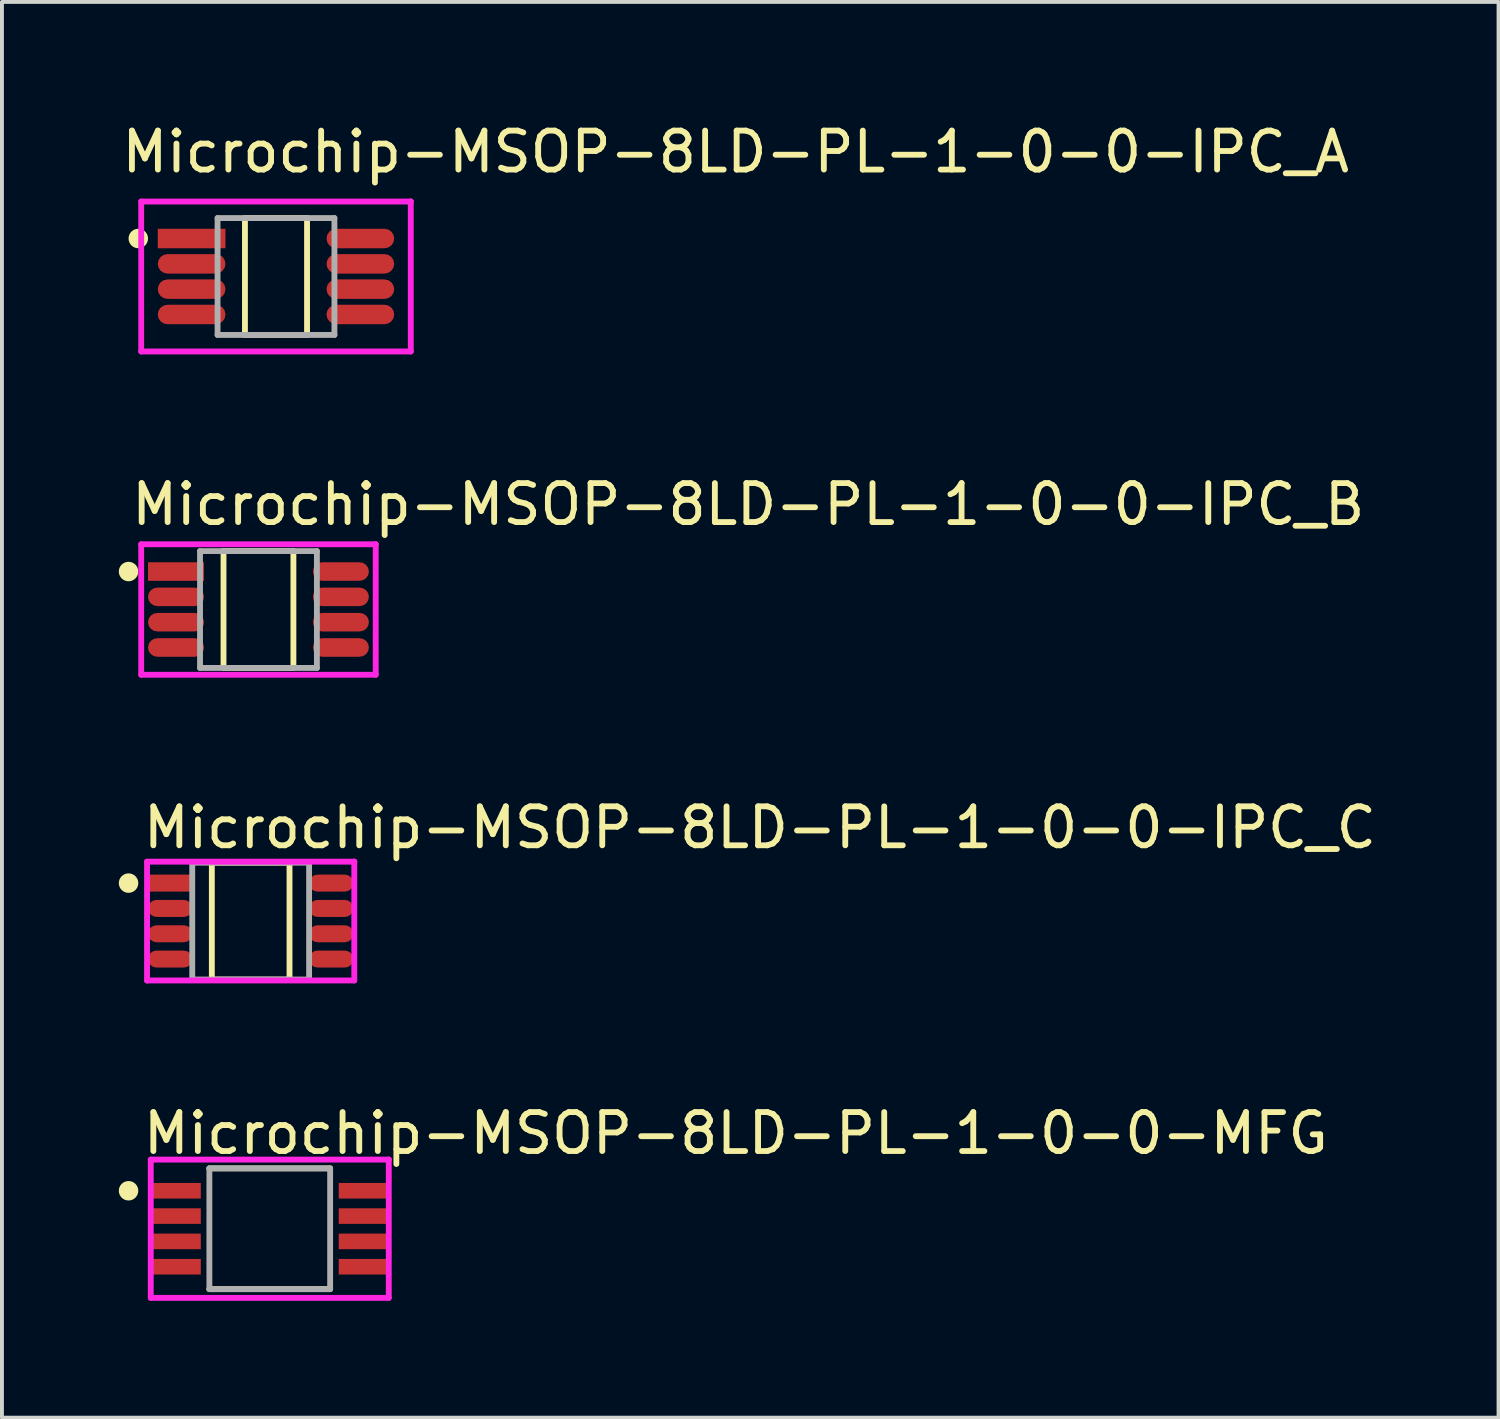
<source format=kicad_pcb>
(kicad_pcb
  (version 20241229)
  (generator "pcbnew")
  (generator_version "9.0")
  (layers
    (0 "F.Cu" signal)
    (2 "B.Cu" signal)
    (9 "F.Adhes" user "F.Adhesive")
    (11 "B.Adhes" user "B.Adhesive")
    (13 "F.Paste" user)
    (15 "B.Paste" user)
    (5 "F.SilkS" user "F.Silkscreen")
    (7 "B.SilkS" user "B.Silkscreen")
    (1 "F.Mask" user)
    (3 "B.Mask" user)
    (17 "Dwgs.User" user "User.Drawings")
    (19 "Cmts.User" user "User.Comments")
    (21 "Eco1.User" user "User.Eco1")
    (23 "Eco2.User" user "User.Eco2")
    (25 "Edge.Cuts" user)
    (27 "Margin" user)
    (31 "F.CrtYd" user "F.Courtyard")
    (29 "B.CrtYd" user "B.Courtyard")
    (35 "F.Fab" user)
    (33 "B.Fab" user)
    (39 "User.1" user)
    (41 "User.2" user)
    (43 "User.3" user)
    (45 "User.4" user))
  (footprint "Microchip-MSOP-8LD-PL-1-0-0-MFG"
    (layer "F.Cu")
    (at 3.875 28.493)
    (property "Reference" "Microchip-MSOP-8LD-PL-1-0-0-MFG" (at -3.325 -2.45 0) (layer "F.SilkS") (effects (font (size 1 1) (thickness 0.15)) (justify left)))
    (attr through_hole)
    (fp_line (start -1.55 -1.55) (end 1.55 -1.55) (stroke (width 0.15) (type solid)) (layer "F.SilkS"))
    (fp_line (start -1.55 1.55) (end 1.55 1.55) (stroke (width 0.15) (type solid)) (layer "F.SilkS"))
    (fp_circle (center -3.625 -0.975) (end -3.5 -0.975) (stroke (width 0.25) (type solid)) (fill no) (layer "F.SilkS"))
    (fp_line (start -3.055 -1.775) (end -3.055 1.775) (stroke (width 0.15) (type solid)) (layer "F.CrtYd"))
    (fp_line (start -3.055 1.775) (end 3.055 1.775) (stroke (width 0.15) (type solid)) (layer "F.CrtYd"))
    (fp_line (start 3.055 -1.775) (end -3.055 -1.775) (stroke (width 0.15) (type solid)) (layer "F.CrtYd"))
    (fp_line (start 3.055 -1.775) (end 3.055 -1.775) (stroke (width 0.15) (type solid)) (layer "F.CrtYd"))
    (fp_line (start 3.055 1.775) (end 3.055 -1.775) (stroke (width 0.15) (type solid)) (layer "F.CrtYd"))
    (fp_line (start -1.55 -1.55) (end 1.55 -1.55) (stroke (width 0.15) (type solid)) (layer "F.Fab"))
    (fp_line (start -1.55 1.55) (end -1.55 -1.55) (stroke (width 0.15) (type solid)) (layer "F.Fab"))
    (fp_line (start 1.55 -1.55) (end 1.55 1.55) (stroke (width 0.15) (type solid)) (layer "F.Fab"))
    (fp_line (start 1.55 1.55) (end -1.55 1.55) (stroke (width 0.15) (type solid)) (layer "F.Fab"))
    (pad "1" smd rect (at -2.4 -0.975) (size 1.26 0.4) (layers "F.Cu" "F.Mask" "F.Paste"))
    (pad "2" smd rect (at -2.4 -0.325) (size 1.26 0.4) (layers "F.Cu" "F.Mask" "F.Paste"))
    (pad "3" smd rect (at -2.4 0.325) (size 1.26 0.4) (layers "F.Cu" "F.Mask" "F.Paste"))
    (pad "4" smd rect (at -2.4 0.975) (size 1.26 0.4) (layers "F.Cu" "F.Mask" "F.Paste"))
    (pad "5" smd rect (at 2.4 0.975) (size 1.26 0.4) (layers "F.Cu" "F.Mask" "F.Paste"))
    (pad "6" smd rect (at 2.4 0.325) (size 1.26 0.4) (layers "F.Cu" "F.Mask" "F.Paste"))
    (pad "7" smd rect (at 2.4 -0.325) (size 1.26 0.4) (layers "F.Cu" "F.Mask" "F.Paste"))
    (pad "8" smd rect (at 2.4 -0.975) (size 1.26 0.4) (layers "F.Cu" "F.Mask" "F.Paste")))
  (footprint "Microchip-MSOP-8LD-PL-1-0-0-IPC_B"
    (layer "F.Cu")
    (at 3.585 12.597)
    (property "Reference" "Microchip-MSOP-8LD-PL-1-0-0-IPC_B" (at -3.335 -2.7 0) (layer "F.SilkS") (effects (font (size 1 1) (thickness 0.15)) (justify left)))
    (attr through_hole)
    (fp_line (start -0.897 -1.5) (end 0.897 -1.5) (stroke (width 0.15) (type solid)) (layer "F.SilkS"))
    (fp_line (start -0.897 1.5) (end -0.897 -1.5) (stroke (width 0.15) (type solid)) (layer "F.SilkS"))
    (fp_line (start 0.897 -1.5) (end 0.897 1.5) (stroke (width 0.15) (type solid)) (layer "F.SilkS"))
    (fp_line (start 0.897 1.5) (end -0.897 1.5) (stroke (width 0.15) (type solid)) (layer "F.SilkS"))
    (fp_circle (center -3.335 -0.975) (end -3.21 -0.975) (stroke (width 0.25) (type solid)) (fill no) (layer "F.SilkS"))
    (fp_line (start -3.01 -1.675) (end -3.01 1.675) (stroke (width 0.15) (type solid)) (layer "F.CrtYd"))
    (fp_line (start -3.01 1.675) (end 3.01 1.675) (stroke (width 0.15) (type solid)) (layer "F.CrtYd"))
    (fp_line (start 3.01 -1.675) (end -3.01 -1.675) (stroke (width 0.15) (type solid)) (layer "F.CrtYd"))
    (fp_line (start 3.01 -1.675) (end 3.01 -1.675) (stroke (width 0.15) (type solid)) (layer "F.CrtYd"))
    (fp_line (start 3.01 1.675) (end 3.01 -1.675) (stroke (width 0.15) (type solid)) (layer "F.CrtYd"))
    (fp_line (start -1.5 -1.5) (end 1.5 -1.5) (stroke (width 0.15) (type solid)) (layer "F.Fab"))
    (fp_line (start -1.5 1.5) (end -1.5 -1.5) (stroke (width 0.15) (type solid)) (layer "F.Fab"))
    (fp_line (start 1.5 -1.5) (end 1.5 1.5) (stroke (width 0.15) (type solid)) (layer "F.Fab"))
    (fp_line (start 1.5 1.5) (end -1.5 1.5) (stroke (width 0.15) (type solid)) (layer "F.Fab"))
    (pad "1" smd rect (at -2.116 -0.975) (size 1.438 0.476) (layers "F.Cu" "F.Mask" "F.Paste"))
    (pad "2" smd roundrect (at -2.116 -0.325) (size 1.438 0.476) (layers "F.Cu" "F.Mask" "F.Paste") (roundrect_rratio 0.5))
    (pad "3" smd roundrect (at -2.116 0.325) (size 1.438 0.476) (layers "F.Cu" "F.Mask" "F.Paste") (roundrect_rratio 0.5))
    (pad "4" smd roundrect (at -2.116 0.975) (size 1.438 0.476) (layers "F.Cu" "F.Mask" "F.Paste") (roundrect_rratio 0.5))
    (pad "5" smd roundrect (at 2.116 0.975) (size 1.438 0.476) (layers "F.Cu" "F.Mask" "F.Paste") (roundrect_rratio 0.5))
    (pad "6" smd roundrect (at 2.116 0.325) (size 1.438 0.476) (layers "F.Cu" "F.Mask" "F.Paste") (roundrect_rratio 0.5))
    (pad "7" smd roundrect (at 2.116 -0.325) (size 1.438 0.476) (layers "F.Cu" "F.Mask" "F.Paste") (roundrect_rratio 0.5))
    (pad "8" smd roundrect (at 2.116 -0.975) (size 1.438 0.476) (layers "F.Cu" "F.Mask" "F.Paste") (roundrect_rratio 0.5)))
  (footprint "Microchip-MSOP-8LD-PL-1-0-0-IPC_A"
    (layer "F.Cu")
    (at 4.035 4.048)
    (property "Reference" "Microchip-MSOP-8LD-PL-1-0-0-IPC_A" (at -4.035 -3.2 0) (layer "F.SilkS") (effects (font (size 1 1) (thickness 0.15)) (justify left)))
    (attr through_hole)
    (fp_line (start -0.797 -1.5) (end 0.797 -1.5) (stroke (width 0.15) (type solid)) (layer "F.SilkS"))
    (fp_line (start -0.797 1.5) (end -0.797 -1.5) (stroke (width 0.15) (type solid)) (layer "F.SilkS"))
    (fp_line (start 0.797 -1.5) (end 0.797 1.5) (stroke (width 0.15) (type solid)) (layer "F.SilkS"))
    (fp_line (start 0.797 1.5) (end -0.797 1.5) (stroke (width 0.15) (type solid)) (layer "F.SilkS"))
    (fp_circle (center -3.535 -0.975) (end -3.41 -0.975) (stroke (width 0.25) (type solid)) (fill no) (layer "F.SilkS"))
    (fp_line (start -3.46 -1.925) (end -3.46 1.925) (stroke (width 0.15) (type solid)) (layer "F.CrtYd"))
    (fp_line (start -3.46 1.925) (end 3.46 1.925) (stroke (width 0.15) (type solid)) (layer "F.CrtYd"))
    (fp_line (start 3.46 -1.925) (end -3.46 -1.925) (stroke (width 0.15) (type solid)) (layer "F.CrtYd"))
    (fp_line (start 3.46 -1.925) (end 3.46 -1.925) (stroke (width 0.15) (type solid)) (layer "F.CrtYd"))
    (fp_line (start 3.46 1.925) (end 3.46 -1.925) (stroke (width 0.15) (type solid)) (layer "F.CrtYd"))
    (fp_line (start -1.5 -1.5) (end 1.5 -1.5) (stroke (width 0.15) (type solid)) (layer "F.Fab"))
    (fp_line (start -1.5 1.5) (end -1.5 -1.5) (stroke (width 0.15) (type solid)) (layer "F.Fab"))
    (fp_line (start 1.5 -1.5) (end 1.5 1.5) (stroke (width 0.15) (type solid)) (layer "F.Fab"))
    (fp_line (start 1.5 1.5) (end -1.5 1.5) (stroke (width 0.15) (type solid)) (layer "F.Fab"))
    (pad "1" smd rect (at -2.166 -0.975) (size 1.738 0.5) (layers "F.Cu" "F.Mask" "F.Paste"))
    (pad "2" smd roundrect (at -2.166 -0.325) (size 1.738 0.5) (layers "F.Cu" "F.Mask" "F.Paste") (roundrect_rratio 0.5))
    (pad "3" smd roundrect (at -2.166 0.325) (size 1.738 0.5) (layers "F.Cu" "F.Mask" "F.Paste") (roundrect_rratio 0.5))
    (pad "4" smd roundrect (at -2.166 0.975) (size 1.738 0.5) (layers "F.Cu" "F.Mask" "F.Paste") (roundrect_rratio 0.5))
    (pad "5" smd roundrect (at 2.166 0.975) (size 1.738 0.5) (layers "F.Cu" "F.Mask" "F.Paste") (roundrect_rratio 0.5))
    (pad "6" smd roundrect (at 2.166 0.325) (size 1.738 0.5) (layers "F.Cu" "F.Mask" "F.Paste") (roundrect_rratio 0.5))
    (pad "7" smd roundrect (at 2.166 -0.325) (size 1.738 0.5) (layers "F.Cu" "F.Mask" "F.Paste") (roundrect_rratio 0.5))
    (pad "8" smd roundrect (at 2.166 -0.975) (size 1.738 0.5) (layers "F.Cu" "F.Mask" "F.Paste") (roundrect_rratio 0.5)))
  (footprint "Microchip-MSOP-8LD-PL-1-0-0-IPC_C"
    (layer "F.Cu")
    (at 3.385 20.595)
    (property "Reference" "Microchip-MSOP-8LD-PL-1-0-0-IPC_C" (at -2.835 -2.4 0) (layer "F.SilkS") (effects (font (size 1 1) (thickness 0.15)) (justify left)))
    (attr through_hole)
    (fp_line (start -0.997 -1.5) (end 0.997 -1.5) (stroke (width 0.15) (type solid)) (layer "F.SilkS"))
    (fp_line (start -0.997 1.5) (end -0.997 -1.5) (stroke (width 0.15) (type solid)) (layer "F.SilkS"))
    (fp_line (start 0.997 -1.5) (end 0.997 1.5) (stroke (width 0.15) (type solid)) (layer "F.SilkS"))
    (fp_line (start 0.997 1.5) (end -0.997 1.5) (stroke (width 0.15) (type solid)) (layer "F.SilkS"))
    (fp_circle (center -3.135 -0.975) (end -3.01 -0.975) (stroke (width 0.25) (type solid)) (fill no) (layer "F.SilkS"))
    (fp_line (start -2.66 -1.525) (end -2.66 1.525) (stroke (width 0.15) (type solid)) (layer "F.CrtYd"))
    (fp_line (start -2.66 1.525) (end 2.66 1.525) (stroke (width 0.15) (type solid)) (layer "F.CrtYd"))
    (fp_line (start 2.66 -1.525) (end -2.66 -1.525) (stroke (width 0.15) (type solid)) (layer "F.CrtYd"))
    (fp_line (start 2.66 -1.525) (end 2.66 -1.525) (stroke (width 0.15) (type solid)) (layer "F.CrtYd"))
    (fp_line (start 2.66 1.525) (end 2.66 -1.525) (stroke (width 0.15) (type solid)) (layer "F.CrtYd"))
    (fp_line (start -1.5 -1.5) (end 1.5 -1.5) (stroke (width 0.15) (type solid)) (layer "F.Fab"))
    (fp_line (start -1.5 1.5) (end -1.5 -1.5) (stroke (width 0.15) (type solid)) (layer "F.Fab"))
    (fp_line (start 1.5 -1.5) (end 1.5 1.5) (stroke (width 0.15) (type solid)) (layer "F.Fab"))
    (fp_line (start 1.5 1.5) (end -1.5 1.5) (stroke (width 0.15) (type solid)) (layer "F.Fab"))
    (pad "1" smd rect (at -2.066 -0.975) (size 1.138 0.436) (layers "F.Cu" "F.Mask" "F.Paste"))
    (pad "2" smd roundrect (at -2.066 -0.325) (size 1.138 0.436) (layers "F.Cu" "F.Mask" "F.Paste") (roundrect_rratio 0.5))
    (pad "3" smd roundrect (at -2.066 0.325) (size 1.138 0.436) (layers "F.Cu" "F.Mask" "F.Paste") (roundrect_rratio 0.5))
    (pad "4" smd roundrect (at -2.066 0.975) (size 1.138 0.436) (layers "F.Cu" "F.Mask" "F.Paste") (roundrect_rratio 0.5))
    (pad "5" smd roundrect (at 2.066 0.975) (size 1.138 0.436) (layers "F.Cu" "F.Mask" "F.Paste") (roundrect_rratio 0.5))
    (pad "6" smd roundrect (at 2.066 0.325) (size 1.138 0.436) (layers "F.Cu" "F.Mask" "F.Paste") (roundrect_rratio 0.5))
    (pad "7" smd roundrect (at 2.066 -0.325) (size 1.138 0.436) (layers "F.Cu" "F.Mask" "F.Paste") (roundrect_rratio 0.5))
    (pad "8" smd roundrect (at 2.066 -0.975) (size 1.138 0.436) (layers "F.Cu" "F.Mask" "F.Paste") (roundrect_rratio 0.5)))
  (gr_rect
    (start -3 -3)
    (end 35.419 33.343)
    (stroke (width 0.1) (type default))
    (fill no)
    (layer "Edge.Cuts")))
</source>
